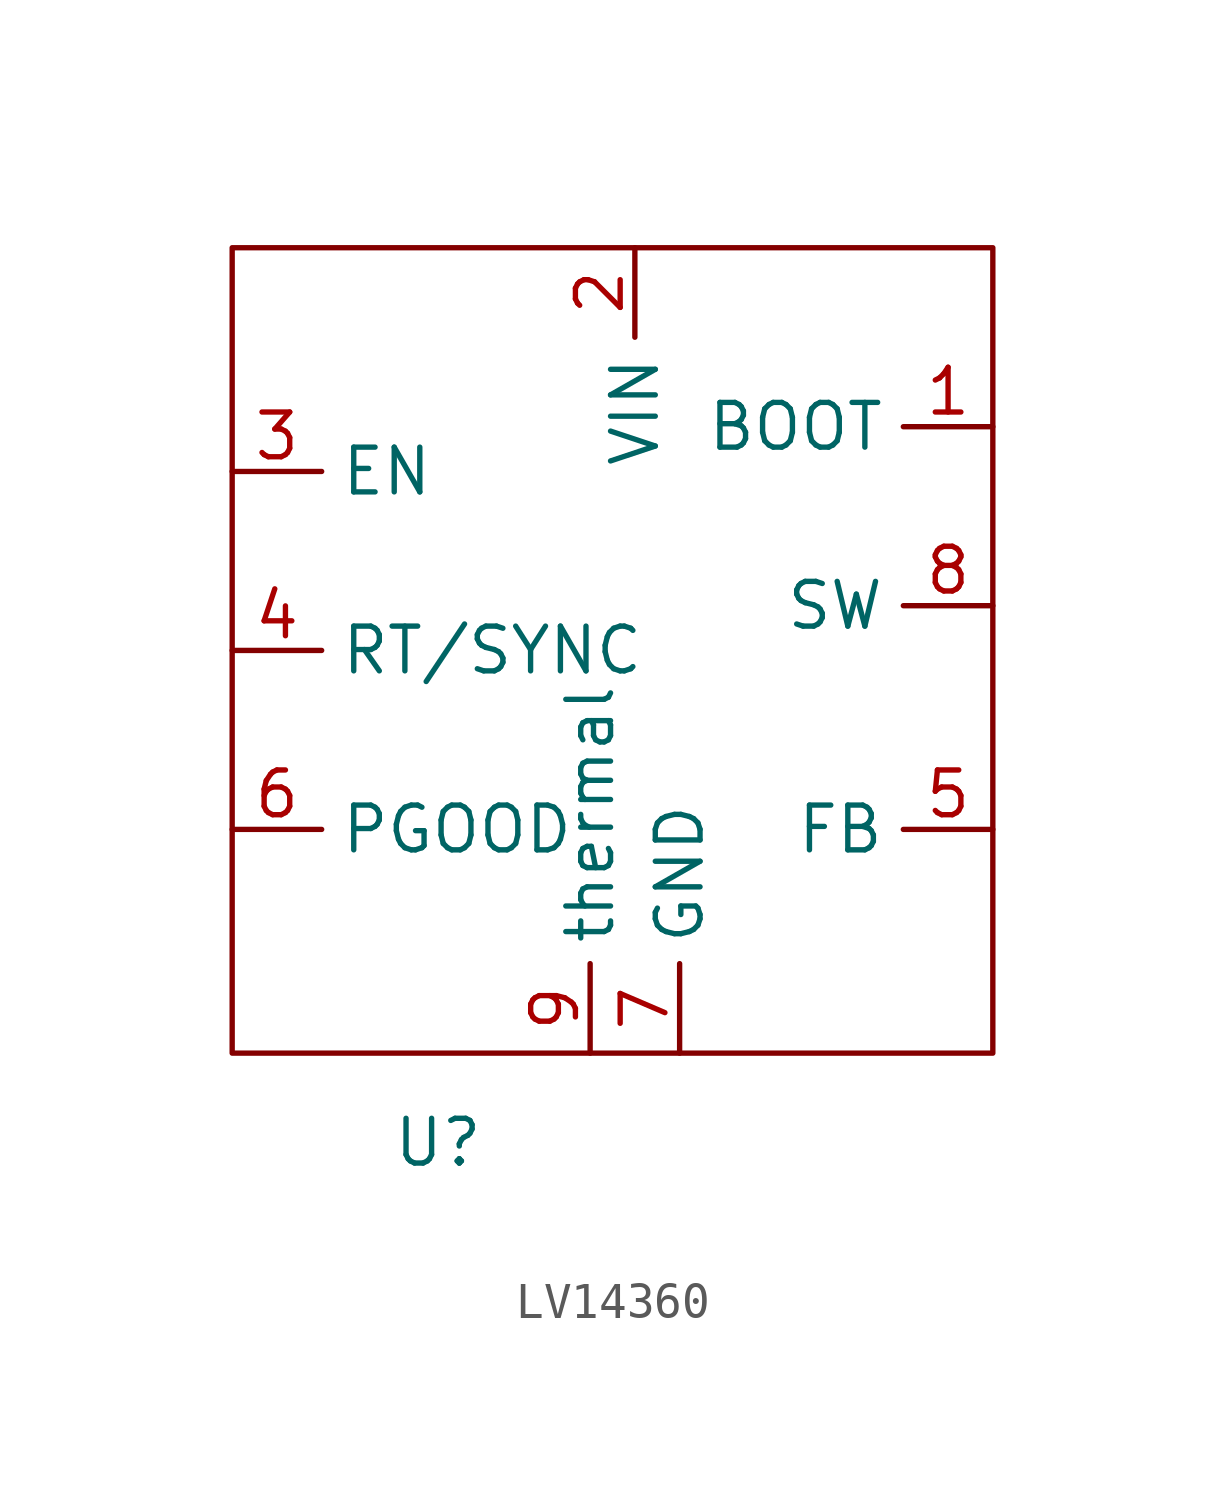
<source format=kicad_sym>
(kicad_symbol_lib
  (version 20231120)
  (generator "kicad_symbol_editor")
  (generator_version "8.0")
  (symbol "LV14360"
    (property "Reference" "U"
      (at -5.588 -11.43 0)
      (effects (font (size 1.27 1.27))))
    (property "Value" ""
      (at -7.62 0 0)
      (effects (font (size 1.27 1.27))))
    (symbol "LV14360_0_1"
      (rectangle (start -11.43 13.97) (end 10.16 -8.89) (stroke (width 0) (type default)) (fill (type none))))
    (symbol "LV14360_1_1"
      (pin bidirectional line (at 10.16 8.89 180) (length 2.54) (name "BOOT" (effects (font (size 1.27 1.27)))) (number "1" (effects (font (size 1.27 1.27)))))
      (pin bidirectional line (at 0 13.97 270) (length 2.54) (name "VIN" (effects (font (size 1.27 1.27)))) (number "2" (effects (font (size 1.27 1.27)))))
      (pin bidirectional line (at -11.43 7.62 0) (length 2.54) (name "EN" (effects (font (size 1.27 1.27)))) (number "3" (effects (font (size 1.27 1.27)))))
      (pin bidirectional line (at -11.43 2.54 0) (length 2.54) (name "RT/SYNC" (effects (font (size 1.27 1.27)))) (number "4" (effects (font (size 1.27 1.27)))))
      (pin bidirectional line (at 10.16 -2.54 180) (length 2.54) (name "FB" (effects (font (size 1.27 1.27)))) (number "5" (effects (font (size 1.27 1.27)))))
      (pin bidirectional line (at -11.43 -2.54 0) (length 2.54) (name "PGOOD" (effects (font (size 1.27 1.27)))) (number "6" (effects (font (size 1.27 1.27)))))
      (pin bidirectional line (at 1.27 -8.89 90) (length 2.54) (name "GND" (effects (font (size 1.27 1.27)))) (number "7" (effects (font (size 1.27 1.27)))))
      (pin bidirectional line (at 10.16 3.81 180) (length 2.54) (name "SW" (effects (font (size 1.27 1.27)))) (number "8" (effects (font (size 1.27 1.27)))))
      (pin bidirectional line (at -1.27 -8.89 90) (length 2.54) (name "thermal" (effects (font (size 1.27 1.27)))) (number "9" (effects (font (size 1.27 1.27))))))))
</source>
